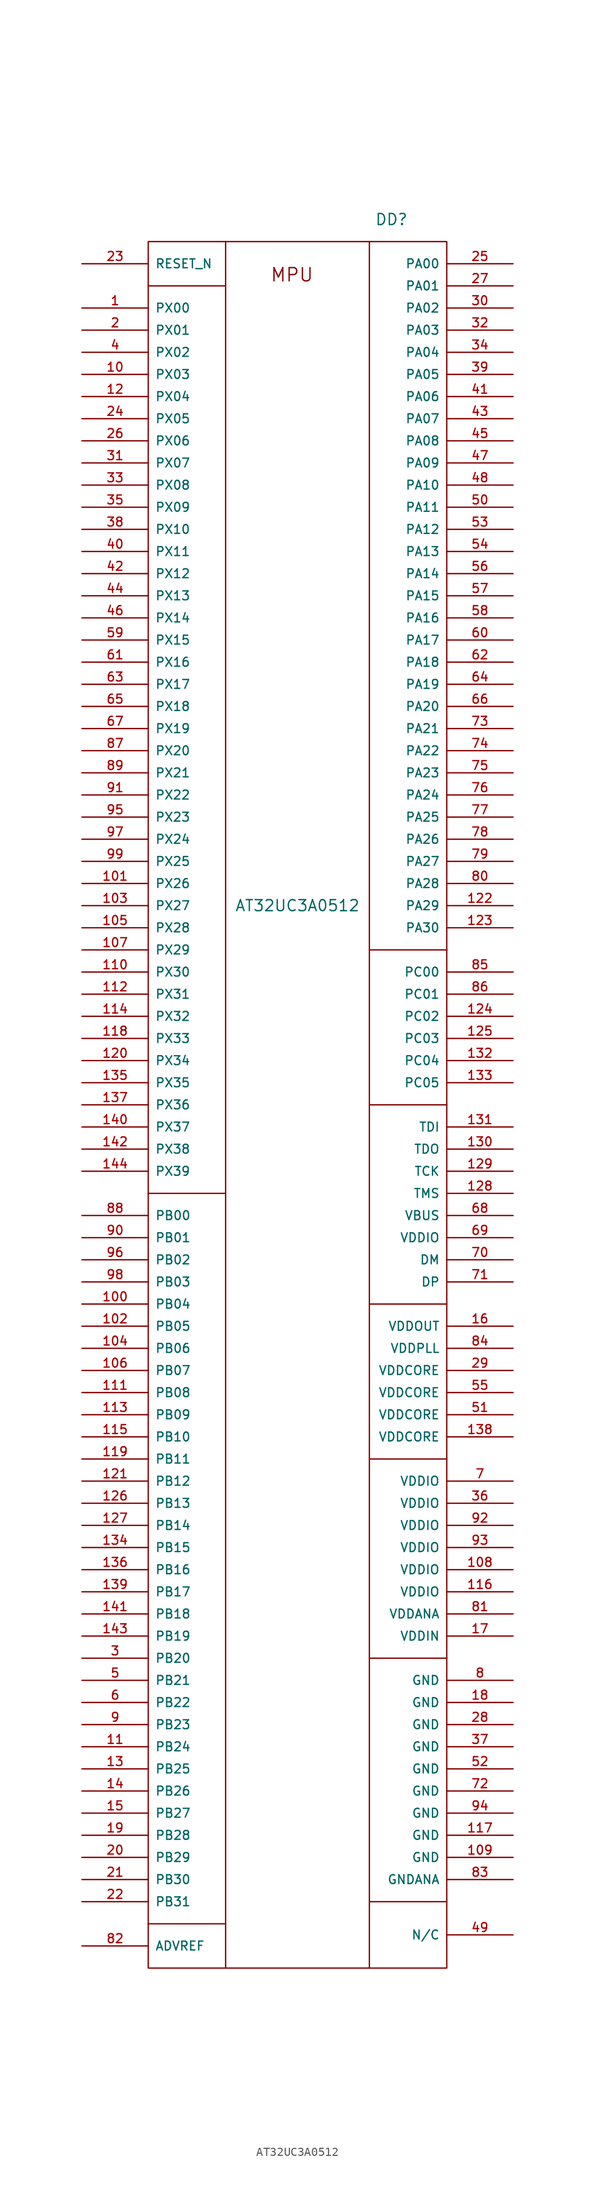
<source format=kicad_sym>
(kicad_symbol_lib
  (version 20211014)
  (generator kicad_symbol_editor)
  (symbol "AT32UC3A0512"
    (pin_names
      (offset 0.762))
    (property "Reference" "DD"
      (at 35.56 2.54 0)
      (effects (font (size 1.27 1.27))))
    (property "Value" "AT32UC3A0512"
      (at 24.765 -76.2 0)
      (effects (font (size 1.27 1.27))))
    (property "Footprint" ""
      (at 0 0 0)
      (effects (font (size 1.524 1.524))))
    (property "Datasheet" ""
      (at 0 0 0)
      (effects (font (size 1.524 1.524))))
    (symbol "AT32UC3A0512_0_0"
      (text "MPU" (at 24.13 -3.81 0) (effects (font (size 1.524 1.524))))
      (pin passive line (at 0 -7.62 0) (length 7.62) (name "PX00" (effects (font (size 1.016 1.016)))) (number "1" (effects (font (size 1.016 1.016)))))
      (pin passive line (at 0 -15.24 0) (length 7.62) (name "PX03" (effects (font (size 1.016 1.016)))) (number "10" (effects (font (size 1.016 1.016)))))
      (pin passive line (at 0 -121.92 0) (length 7.62) (name "PB04" (effects (font (size 1.016 1.016)))) (number "100" (effects (font (size 1.016 1.016)))))
      (pin passive line (at 0 -73.66 0) (length 7.62) (name "PX26" (effects (font (size 1.016 1.016)))) (number "101" (effects (font (size 1.016 1.016)))))
      (pin passive line (at 0 -124.46 0) (length 7.62) (name "PB05" (effects (font (size 1.016 1.016)))) (number "102" (effects (font (size 1.016 1.016)))))
      (pin passive line (at 0 -76.2 0) (length 7.62) (name "PX27" (effects (font (size 1.016 1.016)))) (number "103" (effects (font (size 1.016 1.016)))))
      (pin passive line (at 0 -127 0) (length 7.62) (name "PB06" (effects (font (size 1.016 1.016)))) (number "104" (effects (font (size 1.016 1.016)))))
      (pin passive line (at 0 -78.74 0) (length 7.62) (name "PX28" (effects (font (size 1.016 1.016)))) (number "105" (effects (font (size 1.016 1.016)))))
      (pin passive line (at 0 -129.54 0) (length 7.62) (name "PB07" (effects (font (size 1.016 1.016)))) (number "106" (effects (font (size 1.016 1.016)))))
      (pin passive line (at 0 -81.28 0) (length 7.62) (name "PX29" (effects (font (size 1.016 1.016)))) (number "107" (effects (font (size 1.016 1.016)))))
      (pin passive line (at 49.53 -152.4 180) (length 7.62) (name "VDDIO" (effects (font (size 1.016 1.016)))) (number "108" (effects (font (size 1.016 1.016)))))
      (pin passive line (at 49.53 -185.42 180) (length 7.62) (name "GND" (effects (font (size 1.016 1.016)))) (number "109" (effects (font (size 1.016 1.016)))))
      (pin passive line (at 0 -172.72 0) (length 7.62) (name "PB24" (effects (font (size 1.016 1.016)))) (number "11" (effects (font (size 1.016 1.016)))))
      (pin passive line (at 0 -83.82 0) (length 7.62) (name "PX30" (effects (font (size 1.016 1.016)))) (number "110" (effects (font (size 1.016 1.016)))))
      (pin passive line (at 0 -132.08 0) (length 7.62) (name "PB08" (effects (font (size 1.016 1.016)))) (number "111" (effects (font (size 1.016 1.016)))))
      (pin passive line (at 0 -86.36 0) (length 7.62) (name "PX31" (effects (font (size 1.016 1.016)))) (number "112" (effects (font (size 1.016 1.016)))))
      (pin passive line (at 0 -134.62 0) (length 7.62) (name "PB09" (effects (font (size 1.016 1.016)))) (number "113" (effects (font (size 1.016 1.016)))))
      (pin passive line (at 0 -88.9 0) (length 7.62) (name "PX32" (effects (font (size 1.016 1.016)))) (number "114" (effects (font (size 1.016 1.016)))))
      (pin passive line (at 0 -137.16 0) (length 7.62) (name "PB10" (effects (font (size 1.016 1.016)))) (number "115" (effects (font (size 1.016 1.016)))))
      (pin passive line (at 49.53 -154.94 180) (length 7.62) (name "VDDIO" (effects (font (size 1.016 1.016)))) (number "116" (effects (font (size 1.016 1.016)))))
      (pin passive line (at 49.53 -182.88 180) (length 7.62) (name "GND" (effects (font (size 1.016 1.016)))) (number "117" (effects (font (size 1.016 1.016)))))
      (pin passive line (at 0 -91.44 0) (length 7.62) (name "PX33" (effects (font (size 1.016 1.016)))) (number "118" (effects (font (size 1.016 1.016)))))
      (pin passive line (at 0 -139.7 0) (length 7.62) (name "PB11" (effects (font (size 1.016 1.016)))) (number "119" (effects (font (size 1.016 1.016)))))
      (pin passive line (at 0 -17.78 0) (length 7.62) (name "PX04" (effects (font (size 1.016 1.016)))) (number "12" (effects (font (size 1.016 1.016)))))
      (pin passive line (at 0 -93.98 0) (length 7.62) (name "PX34" (effects (font (size 1.016 1.016)))) (number "120" (effects (font (size 1.016 1.016)))))
      (pin passive line (at 0 -142.24 0) (length 7.62) (name "PB12" (effects (font (size 1.016 1.016)))) (number "121" (effects (font (size 1.016 1.016)))))
      (pin passive line (at 49.53 -76.2 180) (length 7.62) (name "PA29" (effects (font (size 1.016 1.016)))) (number "122" (effects (font (size 1.016 1.016)))))
      (pin passive line (at 49.53 -78.74 180) (length 7.62) (name "PA30" (effects (font (size 1.016 1.016)))) (number "123" (effects (font (size 1.016 1.016)))))
      (pin passive line (at 49.53 -88.9 180) (length 7.62) (name "PC02" (effects (font (size 1.016 1.016)))) (number "124" (effects (font (size 1.016 1.016)))))
      (pin passive line (at 49.53 -91.44 180) (length 7.62) (name "PC03" (effects (font (size 1.016 1.016)))) (number "125" (effects (font (size 1.016 1.016)))))
      (pin passive line (at 0 -144.78 0) (length 7.62) (name "PB13" (effects (font (size 1.016 1.016)))) (number "126" (effects (font (size 1.016 1.016)))))
      (pin passive line (at 0 -147.32 0) (length 7.62) (name "PB14" (effects (font (size 1.016 1.016)))) (number "127" (effects (font (size 1.016 1.016)))))
      (pin passive line (at 49.53 -109.22 180) (length 7.62) (name "TMS" (effects (font (size 1.016 1.016)))) (number "128" (effects (font (size 1.016 1.016)))))
      (pin passive line (at 49.53 -106.68 180) (length 7.62) (name "TCK" (effects (font (size 1.016 1.016)))) (number "129" (effects (font (size 1.016 1.016)))))
      (pin passive line (at 0 -175.26 0) (length 7.62) (name "PB25" (effects (font (size 1.016 1.016)))) (number "13" (effects (font (size 1.016 1.016)))))
      (pin passive line (at 49.53 -104.14 180) (length 7.62) (name "TDO" (effects (font (size 1.016 1.016)))) (number "130" (effects (font (size 1.016 1.016)))))
      (pin passive line (at 49.53 -101.6 180) (length 7.62) (name "TDI" (effects (font (size 1.016 1.016)))) (number "131" (effects (font (size 1.016 1.016)))))
      (pin passive line (at 49.53 -93.98 180) (length 7.62) (name "PC04" (effects (font (size 1.016 1.016)))) (number "132" (effects (font (size 1.016 1.016)))))
      (pin passive line (at 49.53 -96.52 180) (length 7.62) (name "PC05" (effects (font (size 1.016 1.016)))) (number "133" (effects (font (size 1.016 1.016)))))
      (pin passive line (at 0 -149.86 0) (length 7.62) (name "PB15" (effects (font (size 1.016 1.016)))) (number "134" (effects (font (size 1.016 1.016)))))
      (pin passive line (at 0 -96.52 0) (length 7.62) (name "PX35" (effects (font (size 1.016 1.016)))) (number "135" (effects (font (size 1.016 1.016)))))
      (pin passive line (at 0 -152.4 0) (length 7.62) (name "PB16" (effects (font (size 1.016 1.016)))) (number "136" (effects (font (size 1.016 1.016)))))
      (pin passive line (at 0 -99.06 0) (length 7.62) (name "PX36" (effects (font (size 1.016 1.016)))) (number "137" (effects (font (size 1.016 1.016)))))
      (pin passive line (at 49.53 -137.16 180) (length 7.62) (name "VDDCORE" (effects (font (size 1.016 1.016)))) (number "138" (effects (font (size 1.016 1.016)))))
      (pin passive line (at 0 -154.94 0) (length 7.62) (name "PB17" (effects (font (size 1.016 1.016)))) (number "139" (effects (font (size 1.016 1.016)))))
      (pin passive line (at 0 -177.8 0) (length 7.62) (name "PB26" (effects (font (size 1.016 1.016)))) (number "14" (effects (font (size 1.016 1.016)))))
      (pin passive line (at 0 -101.6 0) (length 7.62) (name "PX37" (effects (font (size 1.016 1.016)))) (number "140" (effects (font (size 1.016 1.016)))))
      (pin passive line (at 0 -157.48 0) (length 7.62) (name "PB18" (effects (font (size 1.016 1.016)))) (number "141" (effects (font (size 1.016 1.016)))))
      (pin passive line (at 0 -104.14 0) (length 7.62) (name "PX38" (effects (font (size 1.016 1.016)))) (number "142" (effects (font (size 1.016 1.016)))))
      (pin passive line (at 0 -160.02 0) (length 7.62) (name "PB19" (effects (font (size 1.016 1.016)))) (number "143" (effects (font (size 1.016 1.016)))))
      (pin passive line (at 0 -106.68 0) (length 7.62) (name "PX39" (effects (font (size 1.016 1.016)))) (number "144" (effects (font (size 1.016 1.016)))))
      (pin passive line (at 0 -180.34 0) (length 7.62) (name "PB27" (effects (font (size 1.016 1.016)))) (number "15" (effects (font (size 1.016 1.016)))))
      (pin passive line (at 49.53 -124.46 180) (length 7.62) (name "VDDOUT" (effects (font (size 1.016 1.016)))) (number "16" (effects (font (size 1.016 1.016)))))
      (pin passive line (at 49.53 -160.02 180) (length 7.62) (name "VDDIN" (effects (font (size 1.016 1.016)))) (number "17" (effects (font (size 1.016 1.016)))))
      (pin passive line (at 49.53 -167.64 180) (length 7.62) (name "GND" (effects (font (size 1.016 1.016)))) (number "18" (effects (font (size 1.016 1.016)))))
      (pin passive line (at 0 -182.88 0) (length 7.62) (name "PB28" (effects (font (size 1.016 1.016)))) (number "19" (effects (font (size 1.016 1.016)))))
      (pin passive line (at 0 -10.16 0) (length 7.62) (name "PX01" (effects (font (size 1.016 1.016)))) (number "2" (effects (font (size 1.016 1.016)))))
      (pin passive line (at 0 -185.42 0) (length 7.62) (name "PB29" (effects (font (size 1.016 1.016)))) (number "20" (effects (font (size 1.016 1.016)))))
      (pin passive line (at 0 -187.96 0) (length 7.62) (name "PB30" (effects (font (size 1.016 1.016)))) (number "21" (effects (font (size 1.016 1.016)))))
      (pin passive line (at 0 -190.5 0) (length 7.62) (name "PB31" (effects (font (size 1.016 1.016)))) (number "22" (effects (font (size 1.016 1.016)))))
      (pin passive line (at 0 -2.54 0) (length 7.62) (name "RESET_N" (effects (font (size 1.016 1.016)))) (number "23" (effects (font (size 1.016 1.016)))))
      (pin passive line (at 0 -20.32 0) (length 7.62) (name "PX05" (effects (font (size 1.016 1.016)))) (number "24" (effects (font (size 1.016 1.016)))))
      (pin passive line (at 49.53 -2.54 180) (length 7.62) (name "PA00" (effects (font (size 1.016 1.016)))) (number "25" (effects (font (size 1.016 1.016)))))
      (pin passive line (at 0 -22.86 0) (length 7.62) (name "PX06" (effects (font (size 1.016 1.016)))) (number "26" (effects (font (size 1.016 1.016)))))
      (pin passive line (at 49.53 -5.08 180) (length 7.62) (name "PA01" (effects (font (size 1.016 1.016)))) (number "27" (effects (font (size 1.016 1.016)))))
      (pin passive line (at 49.53 -170.18 180) (length 7.62) (name "GND" (effects (font (size 1.016 1.016)))) (number "28" (effects (font (size 1.016 1.016)))))
      (pin passive line (at 49.53 -129.54 180) (length 7.62) (name "VDDCORE" (effects (font (size 1.016 1.016)))) (number "29" (effects (font (size 1.016 1.016)))))
      (pin passive line (at 0 -162.56 0) (length 7.62) (name "PB20" (effects (font (size 1.016 1.016)))) (number "3" (effects (font (size 1.016 1.016)))))
      (pin passive line (at 49.53 -7.62 180) (length 7.62) (name "PA02" (effects (font (size 1.016 1.016)))) (number "30" (effects (font (size 1.016 1.016)))))
      (pin passive line (at 0 -25.4 0) (length 7.62) (name "PX07" (effects (font (size 1.016 1.016)))) (number "31" (effects (font (size 1.016 1.016)))))
      (pin passive line (at 49.53 -10.16 180) (length 7.62) (name "PA03" (effects (font (size 1.016 1.016)))) (number "32" (effects (font (size 1.016 1.016)))))
      (pin passive line (at 0 -27.94 0) (length 7.62) (name "PX08" (effects (font (size 1.016 1.016)))) (number "33" (effects (font (size 1.016 1.016)))))
      (pin passive line (at 49.53 -12.7 180) (length 7.62) (name "PA04" (effects (font (size 1.016 1.016)))) (number "34" (effects (font (size 1.016 1.016)))))
      (pin passive line (at 0 -30.48 0) (length 7.62) (name "PX09" (effects (font (size 1.016 1.016)))) (number "35" (effects (font (size 1.016 1.016)))))
      (pin passive line (at 49.53 -144.78 180) (length 7.62) (name "VDDIO" (effects (font (size 1.016 1.016)))) (number "36" (effects (font (size 1.016 1.016)))))
      (pin passive line (at 49.53 -172.72 180) (length 7.62) (name "GND" (effects (font (size 1.016 1.016)))) (number "37" (effects (font (size 1.016 1.016)))))
      (pin passive line (at 0 -33.02 0) (length 7.62) (name "PX10" (effects (font (size 1.016 1.016)))) (number "38" (effects (font (size 1.016 1.016)))))
      (pin passive line (at 49.53 -15.24 180) (length 7.62) (name "PA05" (effects (font (size 1.016 1.016)))) (number "39" (effects (font (size 1.016 1.016)))))
      (pin passive line (at 0 -12.7 0) (length 7.62) (name "PX02" (effects (font (size 1.016 1.016)))) (number "4" (effects (font (size 1.016 1.016)))))
      (pin passive line (at 0 -35.56 0) (length 7.62) (name "PX11" (effects (font (size 1.016 1.016)))) (number "40" (effects (font (size 1.016 1.016)))))
      (pin passive line (at 49.53 -17.78 180) (length 7.62) (name "PA06" (effects (font (size 1.016 1.016)))) (number "41" (effects (font (size 1.016 1.016)))))
      (pin passive line (at 0 -38.1 0) (length 7.62) (name "PX12" (effects (font (size 1.016 1.016)))) (number "42" (effects (font (size 1.016 1.016)))))
      (pin passive line (at 49.53 -20.32 180) (length 7.62) (name "PA07" (effects (font (size 1.016 1.016)))) (number "43" (effects (font (size 1.016 1.016)))))
      (pin passive line (at 0 -40.64 0) (length 7.62) (name "PX13" (effects (font (size 1.016 1.016)))) (number "44" (effects (font (size 1.016 1.016)))))
      (pin passive line (at 49.53 -22.86 180) (length 7.62) (name "PA08" (effects (font (size 1.016 1.016)))) (number "45" (effects (font (size 1.016 1.016)))))
      (pin passive line (at 0 -43.18 0) (length 7.62) (name "PX14" (effects (font (size 1.016 1.016)))) (number "46" (effects (font (size 1.016 1.016)))))
      (pin passive line (at 49.53 -25.4 180) (length 7.62) (name "PA09" (effects (font (size 1.016 1.016)))) (number "47" (effects (font (size 1.016 1.016)))))
      (pin passive line (at 49.53 -27.94 180) (length 7.62) (name "PA10" (effects (font (size 1.016 1.016)))) (number "48" (effects (font (size 1.016 1.016)))))
      (pin passive line (at 49.53 -194.31 180) (length 7.62) (name "N/C" (effects (font (size 1.016 1.016)))) (number "49" (effects (font (size 1.016 1.016)))))
      (pin passive line (at 0 -165.1 0) (length 7.62) (name "PB21" (effects (font (size 1.016 1.016)))) (number "5" (effects (font (size 1.016 1.016)))))
      (pin passive line (at 49.53 -30.48 180) (length 7.62) (name "PA11" (effects (font (size 1.016 1.016)))) (number "50" (effects (font (size 1.016 1.016)))))
      (pin passive line (at 49.53 -134.62 180) (length 7.62) (name "VDDCORE" (effects (font (size 1.016 1.016)))) (number "51" (effects (font (size 1.016 1.016)))))
      (pin passive line (at 49.53 -175.26 180) (length 7.62) (name "GND" (effects (font (size 1.016 1.016)))) (number "52" (effects (font (size 1.016 1.016)))))
      (pin passive line (at 49.53 -33.02 180) (length 7.62) (name "PA12" (effects (font (size 1.016 1.016)))) (number "53" (effects (font (size 1.016 1.016)))))
      (pin passive line (at 49.53 -35.56 180) (length 7.62) (name "PA13" (effects (font (size 1.016 1.016)))) (number "54" (effects (font (size 1.016 1.016)))))
      (pin passive line (at 49.53 -132.08 180) (length 7.62) (name "VDDCORE" (effects (font (size 1.016 1.016)))) (number "55" (effects (font (size 1.016 1.016)))))
      (pin passive line (at 49.53 -38.1 180) (length 7.62) (name "PA14" (effects (font (size 1.016 1.016)))) (number "56" (effects (font (size 1.016 1.016)))))
      (pin passive line (at 49.53 -40.64 180) (length 7.62) (name "PA15" (effects (font (size 1.016 1.016)))) (number "57" (effects (font (size 1.016 1.016)))))
      (pin passive line (at 49.53 -43.18 180) (length 7.62) (name "PA16" (effects (font (size 1.016 1.016)))) (number "58" (effects (font (size 1.016 1.016)))))
      (pin passive line (at 0 -45.72 0) (length 7.62) (name "PX15" (effects (font (size 1.016 1.016)))) (number "59" (effects (font (size 1.016 1.016)))))
      (pin passive line (at 0 -167.64 0) (length 7.62) (name "PB22" (effects (font (size 1.016 1.016)))) (number "6" (effects (font (size 1.016 1.016)))))
      (pin passive line (at 49.53 -45.72 180) (length 7.62) (name "PA17" (effects (font (size 1.016 1.016)))) (number "60" (effects (font (size 1.016 1.016)))))
      (pin passive line (at 0 -48.26 0) (length 7.62) (name "PX16" (effects (font (size 1.016 1.016)))) (number "61" (effects (font (size 1.016 1.016)))))
      (pin passive line (at 49.53 -48.26 180) (length 7.62) (name "PA18" (effects (font (size 1.016 1.016)))) (number "62" (effects (font (size 1.016 1.016)))))
      (pin passive line (at 0 -50.8 0) (length 7.62) (name "PX17" (effects (font (size 1.016 1.016)))) (number "63" (effects (font (size 1.016 1.016)))))
      (pin passive line (at 49.53 -50.8 180) (length 7.62) (name "PA19" (effects (font (size 1.016 1.016)))) (number "64" (effects (font (size 1.016 1.016)))))
      (pin passive line (at 0 -53.34 0) (length 7.62) (name "PX18" (effects (font (size 1.016 1.016)))) (number "65" (effects (font (size 1.016 1.016)))))
      (pin passive line (at 49.53 -53.34 180) (length 7.62) (name "PA20" (effects (font (size 1.016 1.016)))) (number "66" (effects (font (size 1.016 1.016)))))
      (pin passive line (at 0 -55.88 0) (length 7.62) (name "PX19" (effects (font (size 1.016 1.016)))) (number "67" (effects (font (size 1.016 1.016)))))
      (pin passive line (at 49.53 -111.76 180) (length 7.62) (name "VBUS" (effects (font (size 1.016 1.016)))) (number "68" (effects (font (size 1.016 1.016)))))
      (pin passive line (at 49.53 -114.3 180) (length 7.62) (name "VDDIO" (effects (font (size 1.016 1.016)))) (number "69" (effects (font (size 1.016 1.016)))))
      (pin passive line (at 49.53 -142.24 180) (length 7.62) (name "VDDIO" (effects (font (size 1.016 1.016)))) (number "7" (effects (font (size 1.016 1.016)))))
      (pin passive line (at 49.53 -116.84 180) (length 7.62) (name "DM" (effects (font (size 1.016 1.016)))) (number "70" (effects (font (size 1.016 1.016)))))
      (pin passive line (at 49.53 -119.38 180) (length 7.62) (name "DP" (effects (font (size 1.016 1.016)))) (number "71" (effects (font (size 1.016 1.016)))))
      (pin passive line (at 49.53 -177.8 180) (length 7.62) (name "GND" (effects (font (size 1.016 1.016)))) (number "72" (effects (font (size 1.016 1.016)))))
      (pin passive line (at 49.53 -55.88 180) (length 7.62) (name "PA21" (effects (font (size 1.016 1.016)))) (number "73" (effects (font (size 1.016 1.016)))))
      (pin passive line (at 49.53 -58.42 180) (length 7.62) (name "PA22" (effects (font (size 1.016 1.016)))) (number "74" (effects (font (size 1.016 1.016)))))
      (pin passive line (at 49.53 -60.96 180) (length 7.62) (name "PA23" (effects (font (size 1.016 1.016)))) (number "75" (effects (font (size 1.016 1.016)))))
      (pin passive line (at 49.53 -63.5 180) (length 7.62) (name "PA24" (effects (font (size 1.016 1.016)))) (number "76" (effects (font (size 1.016 1.016)))))
      (pin passive line (at 49.53 -66.04 180) (length 7.62) (name "PA25" (effects (font (size 1.016 1.016)))) (number "77" (effects (font (size 1.016 1.016)))))
      (pin passive line (at 49.53 -68.58 180) (length 7.62) (name "PA26" (effects (font (size 1.016 1.016)))) (number "78" (effects (font (size 1.016 1.016)))))
      (pin passive line (at 49.53 -71.12 180) (length 7.62) (name "PA27" (effects (font (size 1.016 1.016)))) (number "79" (effects (font (size 1.016 1.016)))))
      (pin passive line (at 49.53 -165.1 180) (length 7.62) (name "GND" (effects (font (size 1.016 1.016)))) (number "8" (effects (font (size 1.016 1.016)))))
      (pin passive line (at 49.53 -73.66 180) (length 7.62) (name "PA28" (effects (font (size 1.016 1.016)))) (number "80" (effects (font (size 1.016 1.016)))))
      (pin passive line (at 49.53 -157.48 180) (length 7.62) (name "VDDANA" (effects (font (size 1.016 1.016)))) (number "81" (effects (font (size 1.016 1.016)))))
      (pin passive line (at 0 -195.58 0) (length 7.62) (name "ADVREF" (effects (font (size 1.016 1.016)))) (number "82" (effects (font (size 1.016 1.016)))))
      (pin passive line (at 49.53 -187.96 180) (length 7.62) (name "GNDANA" (effects (font (size 1.016 1.016)))) (number "83" (effects (font (size 1.016 1.016)))))
      (pin passive line (at 49.53 -127 180) (length 7.62) (name "VDDPLL" (effects (font (size 1.016 1.016)))) (number "84" (effects (font (size 1.016 1.016)))))
      (pin passive line (at 49.53 -83.82 180) (length 7.62) (name "PC00" (effects (font (size 1.016 1.016)))) (number "85" (effects (font (size 1.016 1.016)))))
      (pin passive line (at 49.53 -86.36 180) (length 7.62) (name "PC01" (effects (font (size 1.016 1.016)))) (number "86" (effects (font (size 1.016 1.016)))))
      (pin passive line (at 0 -58.42 0) (length 7.62) (name "PX20" (effects (font (size 1.016 1.016)))) (number "87" (effects (font (size 1.016 1.016)))))
      (pin passive line (at 0 -111.76 0) (length 7.62) (name "PB00" (effects (font (size 1.016 1.016)))) (number "88" (effects (font (size 1.016 1.016)))))
      (pin passive line (at 0 -60.96 0) (length 7.62) (name "PX21" (effects (font (size 1.016 1.016)))) (number "89" (effects (font (size 1.016 1.016)))))
      (pin passive line (at 0 -170.18 0) (length 7.62) (name "PB23" (effects (font (size 1.016 1.016)))) (number "9" (effects (font (size 1.016 1.016)))))
      (pin passive line (at 0 -114.3 0) (length 7.62) (name "PB01" (effects (font (size 1.016 1.016)))) (number "90" (effects (font (size 1.016 1.016)))))
      (pin passive line (at 0 -63.5 0) (length 7.62) (name "PX22" (effects (font (size 1.016 1.016)))) (number "91" (effects (font (size 1.016 1.016)))))
      (pin passive line (at 49.53 -147.32 180) (length 7.62) (name "VDDIO" (effects (font (size 1.016 1.016)))) (number "92" (effects (font (size 1.016 1.016)))))
      (pin passive line (at 49.53 -149.86 180) (length 7.62) (name "VDDIO" (effects (font (size 1.016 1.016)))) (number "93" (effects (font (size 1.016 1.016)))))
      (pin passive line (at 49.53 -180.34 180) (length 7.62) (name "GND" (effects (font (size 1.016 1.016)))) (number "94" (effects (font (size 1.016 1.016)))))
      (pin passive line (at 0 -66.04 0) (length 7.62) (name "PX23" (effects (font (size 1.016 1.016)))) (number "95" (effects (font (size 1.016 1.016)))))
      (pin passive line (at 0 -116.84 0) (length 7.62) (name "PB02" (effects (font (size 1.016 1.016)))) (number "96" (effects (font (size 1.016 1.016)))))
      (pin passive line (at 0 -68.58 0) (length 7.62) (name "PX24" (effects (font (size 1.016 1.016)))) (number "97" (effects (font (size 1.016 1.016)))))
      (pin passive line (at 0 -119.38 0) (length 7.62) (name "PB03" (effects (font (size 1.016 1.016)))) (number "98" (effects (font (size 1.016 1.016)))))
      (pin passive line (at 0 -71.12 0) (length 7.62) (name "PX25" (effects (font (size 1.016 1.016)))) (number "99" (effects (font (size 1.016 1.016))))))
    (symbol "AT32UC3A0512_0_1"
      (polyline (pts (xy 7.62 -193.04) (xy 16.51 -193.04)) (stroke (width 0) (type default) (color 0 0 0 0)) (fill (type none)))
      (polyline (pts (xy 7.62 -109.22) (xy 16.51 -109.22)) (stroke (width 0) (type default) (color 0 0 0 0)) (fill (type none)))
      (polyline (pts (xy 7.62 -5.08) (xy 16.51 -5.08)) (stroke (width 0) (type default) (color 0 0 0 0)) (fill (type none)))
      (polyline (pts (xy 16.51 -198.12) (xy 16.51 0)) (stroke (width 0) (type default) (color 0 0 0 0)) (fill (type none)))
      (polyline (pts (xy 33.02 -198.12) (xy 33.02 0)) (stroke (width 0) (type default) (color 0 0 0 0)) (fill (type none)))
      (polyline (pts (xy 41.91 -190.5) (xy 33.02 -190.5)) (stroke (width 0) (type default) (color 0 0 0 0)) (fill (type none)))
      (polyline (pts (xy 41.91 -162.56) (xy 33.02 -162.56)) (stroke (width 0) (type default) (color 0 0 0 0)) (fill (type none)))
      (polyline (pts (xy 41.91 -139.7) (xy 33.02 -139.7)) (stroke (width 0) (type default) (color 0 0 0 0)) (fill (type none)))
      (polyline (pts (xy 41.91 -121.92) (xy 33.02 -121.92)) (stroke (width 0) (type default) (color 0 0 0 0)) (fill (type none)))
      (polyline (pts (xy 41.91 -99.06) (xy 33.02 -99.06)) (stroke (width 0) (type default) (color 0 0 0 0)) (fill (type none)))
      (polyline (pts (xy 41.91 -81.28) (xy 33.02 -81.28)) (stroke (width 0) (type default) (color 0 0 0 0)) (fill (type none)))
      (rectangle (start 7.62 0) (end 41.91 -198.12) (stroke (width 0) (type default) (color 0 0 0 0)) (fill (type none))))))
</source>
